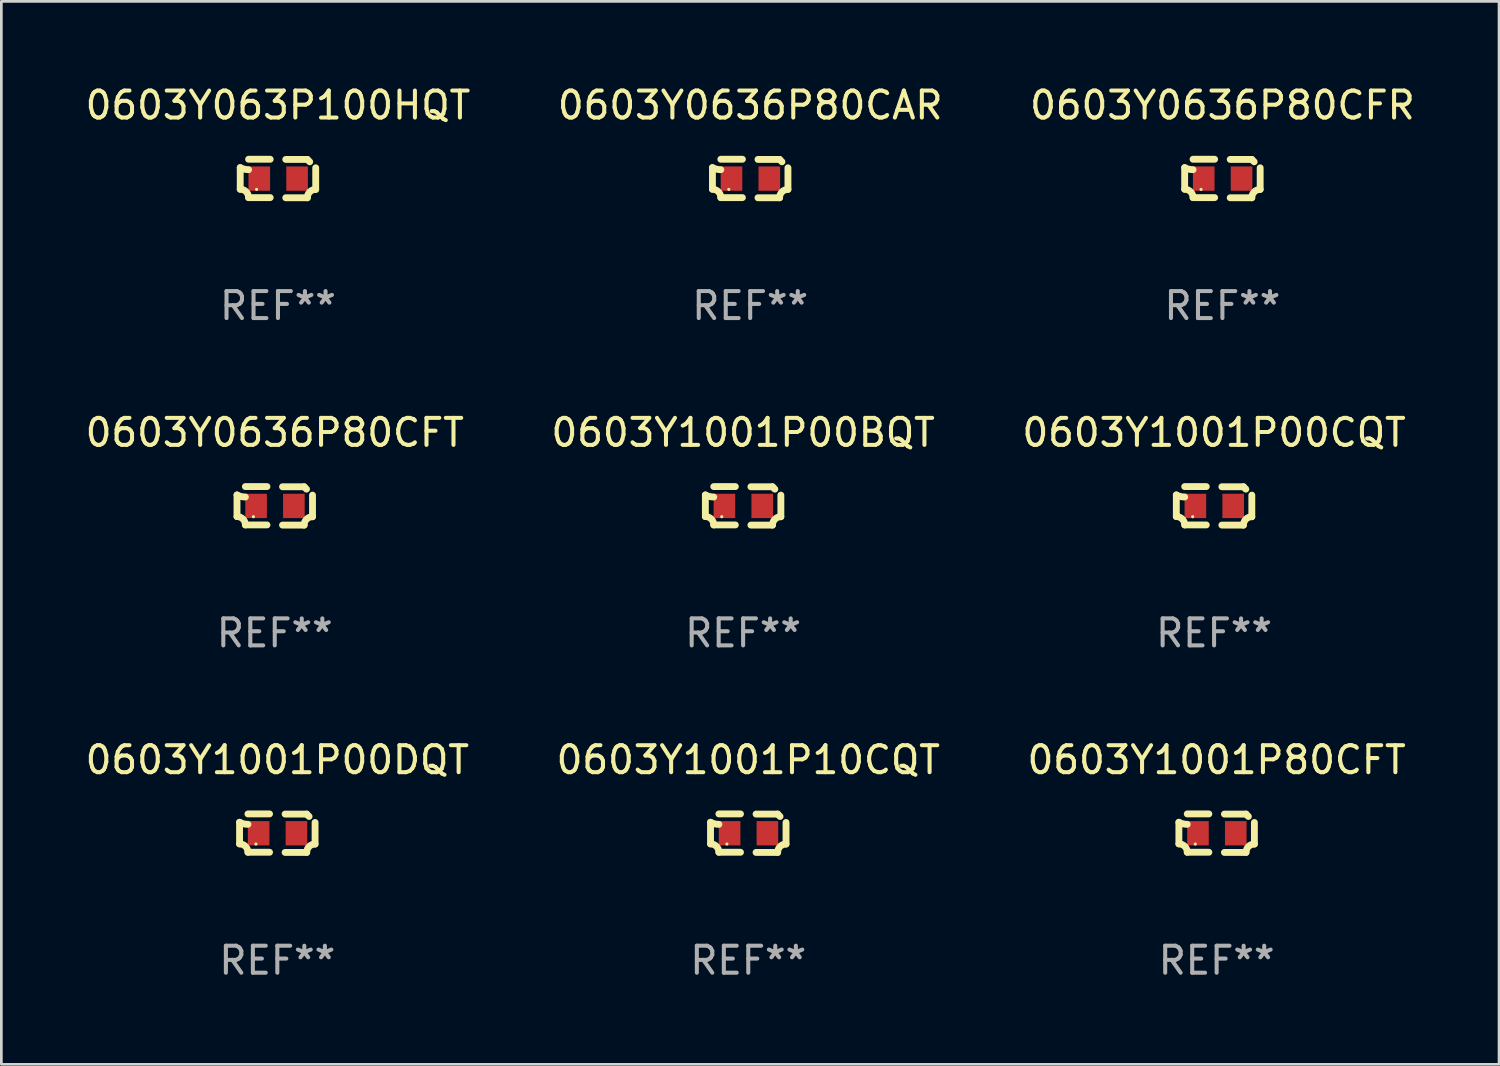
<source format=kicad_pcb>
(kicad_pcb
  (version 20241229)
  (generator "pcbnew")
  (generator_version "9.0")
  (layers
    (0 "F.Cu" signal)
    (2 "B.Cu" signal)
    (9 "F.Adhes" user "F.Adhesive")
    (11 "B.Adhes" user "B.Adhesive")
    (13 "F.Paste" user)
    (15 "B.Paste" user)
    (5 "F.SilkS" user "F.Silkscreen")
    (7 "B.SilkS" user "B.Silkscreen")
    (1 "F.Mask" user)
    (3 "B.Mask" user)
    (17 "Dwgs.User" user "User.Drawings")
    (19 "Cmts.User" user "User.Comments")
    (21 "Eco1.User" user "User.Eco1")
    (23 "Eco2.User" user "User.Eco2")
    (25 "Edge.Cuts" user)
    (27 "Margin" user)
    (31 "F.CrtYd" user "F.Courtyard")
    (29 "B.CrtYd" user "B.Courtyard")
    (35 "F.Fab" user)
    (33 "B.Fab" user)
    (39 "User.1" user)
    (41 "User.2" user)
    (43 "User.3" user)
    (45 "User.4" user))
  (footprint "0603Y0636P80CFT"
    (layer "F.Cu")
    (at 7.125 15.683)
    (property "Reference" "0603Y0636P80CFT" (at 0 -2.713 0) (layer "F.SilkS") (effects (font (size 1 1) (thickness 0.15))))
    (attr through_hole)
    (fp_line (start -1.398 -0.403) (end -1.398 0.397) (stroke (width 0.254) (type solid)) (layer "F.SilkS"))
    (fp_line (start -0.288 -0.713) (end -1.088 -0.713) (stroke (width 0.254) (type solid)) (layer "F.SilkS"))
    (fp_line (start -0.288 0.707) (end -1.088 0.707) (stroke (width 0.254) (type solid)) (layer "F.SilkS"))
    (fp_line (start 0.288 -0.707) (end 1.088 -0.707) (stroke (width 0.254) (type solid)) (layer "F.SilkS"))
    (fp_line (start 0.288 0.713) (end 1.088 0.713) (stroke (width 0.254) (type solid)) (layer "F.SilkS"))
    (fp_line (start 1.398 -0.397) (end 1.398 0.403) (stroke (width 0.254) (type solid)) (layer "F.SilkS"))
    (fp_arc (start -1.397789 0.397066) (mid -1.178701 0.487826) (end -1.08796 0.706922) (stroke (width 0.254001) (type solid)) (layer "F.SilkS"))
    (fp_arc (start -1.08796 -0.327176) (mid -1.247436 -0.346384) (end -1.39779 -0.402908) (stroke (width 0.254001) (type solid)) (layer "F.SilkS"))
    (fp_arc (start 1.087909 0.712738) (mid 1.178656 0.493655) (end 1.397739 0.402908) (stroke (width 0.254001) (type solid)) (layer "F.SilkS"))
    (fp_arc (start 1.175925 -0.618926) (mid 1.131917 -0.662923) (end 1.08791 -0.706922) (stroke (width 0.254001) (type solid)) (layer "F.SilkS"))
    (fp_circle (center -0.792 0.403) (end -0.762 0.403) (stroke (width 0.06) (type solid)) (fill no) (layer "F.SilkS"))
    (fp_text user "REF**" (at 0 4.713 0) (layer "F.Fab") (effects (font (size 1 1) (thickness 0.15))))
    (pad "1" smd rect (at -0.692 0.003) (size 0.8 0.9) (layers "F.Cu" "F.Mask" "F.Paste"))
    (pad "2" smd rect (at 0.708 0.003) (size 0.8 0.9) (layers "F.Cu" "F.Mask" "F.Paste")))
  (footprint "0603Y063P100HQT"
    (layer "F.Cu")
    (at 7.244 3.561)
    (property "Reference" "0603Y063P100HQT" (at 0 -2.713 0) (layer "F.SilkS") (effects (font (size 1 1) (thickness 0.15))))
    (attr through_hole)
    (fp_line (start -1.398 -0.403) (end -1.398 0.397) (stroke (width 0.254) (type solid)) (layer "F.SilkS"))
    (fp_line (start -0.288 -0.713) (end -1.088 -0.713) (stroke (width 0.254) (type solid)) (layer "F.SilkS"))
    (fp_line (start -0.288 0.707) (end -1.088 0.707) (stroke (width 0.254) (type solid)) (layer "F.SilkS"))
    (fp_line (start 0.288 -0.707) (end 1.088 -0.707) (stroke (width 0.254) (type solid)) (layer "F.SilkS"))
    (fp_line (start 0.288 0.713) (end 1.088 0.713) (stroke (width 0.254) (type solid)) (layer "F.SilkS"))
    (fp_line (start 1.398 -0.397) (end 1.398 0.403) (stroke (width 0.254) (type solid)) (layer "F.SilkS"))
    (fp_arc (start -1.397789 0.397066) (mid -1.178701 0.487826) (end -1.08796 0.706922) (stroke (width 0.254001) (type solid)) (layer "F.SilkS"))
    (fp_arc (start -1.08796 -0.327176) (mid -1.247436 -0.346384) (end -1.39779 -0.402908) (stroke (width 0.254001) (type solid)) (layer "F.SilkS"))
    (fp_arc (start 1.087909 0.712738) (mid 1.178656 0.493655) (end 1.397739 0.402908) (stroke (width 0.254001) (type solid)) (layer "F.SilkS"))
    (fp_arc (start 1.175925 -0.618926) (mid 1.131917 -0.662923) (end 1.08791 -0.706922) (stroke (width 0.254001) (type solid)) (layer "F.SilkS"))
    (fp_circle (center -0.792 0.403) (end -0.762 0.403) (stroke (width 0.06) (type solid)) (fill no) (layer "F.SilkS"))
    (fp_text user "REF**" (at 0 4.713 0) (layer "F.Fab") (effects (font (size 1 1) (thickness 0.15))))
    (pad "1" smd rect (at -0.692 0.003) (size 0.8 0.9) (layers "F.Cu" "F.Mask" "F.Paste"))
    (pad "2" smd rect (at 0.708 0.003) (size 0.8 0.9) (layers "F.Cu" "F.Mask" "F.Paste")))
  (footprint "0603Y0636P80CFR"
    (layer "F.Cu")
    (at 42.22 3.561)
    (property "Reference" "0603Y0636P80CFR" (at 0 -2.713 0) (layer "F.SilkS") (effects (font (size 1 1) (thickness 0.15))))
    (attr through_hole)
    (fp_line (start -1.398 -0.403) (end -1.398 0.397) (stroke (width 0.254) (type solid)) (layer "F.SilkS"))
    (fp_line (start -0.288 -0.713) (end -1.088 -0.713) (stroke (width 0.254) (type solid)) (layer "F.SilkS"))
    (fp_line (start -0.288 0.707) (end -1.088 0.707) (stroke (width 0.254) (type solid)) (layer "F.SilkS"))
    (fp_line (start 0.288 -0.707) (end 1.088 -0.707) (stroke (width 0.254) (type solid)) (layer "F.SilkS"))
    (fp_line (start 0.288 0.713) (end 1.088 0.713) (stroke (width 0.254) (type solid)) (layer "F.SilkS"))
    (fp_line (start 1.398 -0.397) (end 1.398 0.403) (stroke (width 0.254) (type solid)) (layer "F.SilkS"))
    (fp_arc (start -1.397789 0.397066) (mid -1.178701 0.487826) (end -1.08796 0.706922) (stroke (width 0.254001) (type solid)) (layer "F.SilkS"))
    (fp_arc (start -1.08796 -0.327176) (mid -1.247436 -0.346384) (end -1.39779 -0.402908) (stroke (width 0.254001) (type solid)) (layer "F.SilkS"))
    (fp_arc (start 1.087909 0.712738) (mid 1.178656 0.493655) (end 1.397739 0.402908) (stroke (width 0.254001) (type solid)) (layer "F.SilkS"))
    (fp_arc (start 1.175925 -0.618926) (mid 1.131917 -0.662923) (end 1.08791 -0.706922) (stroke (width 0.254001) (type solid)) (layer "F.SilkS"))
    (fp_circle (center -0.792 0.403) (end -0.762 0.403) (stroke (width 0.06) (type solid)) (fill no) (layer "F.SilkS"))
    (fp_text user "REF**" (at 0 4.713 0) (layer "F.Fab") (effects (font (size 1 1) (thickness 0.15))))
    (pad "1" smd rect (at -0.692 0.003) (size 0.8 0.9) (layers "F.Cu" "F.Mask" "F.Paste"))
    (pad "2" smd rect (at 0.708 0.003) (size 0.8 0.9) (layers "F.Cu" "F.Mask" "F.Paste")))
  (footprint "0603Y1001P00CQT"
    (layer "F.Cu")
    (at 41.911 15.683)
    (property "Reference" "0603Y1001P00CQT" (at 0 -2.713 0) (layer "F.SilkS") (effects (font (size 1 1) (thickness 0.15))))
    (attr through_hole)
    (fp_line (start -1.398 -0.403) (end -1.398 0.397) (stroke (width 0.254) (type solid)) (layer "F.SilkS"))
    (fp_line (start -0.288 -0.713) (end -1.088 -0.713) (stroke (width 0.254) (type solid)) (layer "F.SilkS"))
    (fp_line (start -0.288 0.707) (end -1.088 0.707) (stroke (width 0.254) (type solid)) (layer "F.SilkS"))
    (fp_line (start 0.288 -0.707) (end 1.088 -0.707) (stroke (width 0.254) (type solid)) (layer "F.SilkS"))
    (fp_line (start 0.288 0.713) (end 1.088 0.713) (stroke (width 0.254) (type solid)) (layer "F.SilkS"))
    (fp_line (start 1.398 -0.397) (end 1.398 0.403) (stroke (width 0.254) (type solid)) (layer "F.SilkS"))
    (fp_arc (start -1.397789 0.397066) (mid -1.178701 0.487826) (end -1.08796 0.706922) (stroke (width 0.254001) (type solid)) (layer "F.SilkS"))
    (fp_arc (start -1.08796 -0.327176) (mid -1.247436 -0.346384) (end -1.39779 -0.402908) (stroke (width 0.254001) (type solid)) (layer "F.SilkS"))
    (fp_arc (start 1.087909 0.712738) (mid 1.178656 0.493655) (end 1.397739 0.402908) (stroke (width 0.254001) (type solid)) (layer "F.SilkS"))
    (fp_arc (start 1.175925 -0.618926) (mid 1.131917 -0.662923) (end 1.08791 -0.706922) (stroke (width 0.254001) (type solid)) (layer "F.SilkS"))
    (fp_circle (center -0.792 0.403) (end -0.762 0.403) (stroke (width 0.06) (type solid)) (fill no) (layer "F.SilkS"))
    (fp_text user "REF**" (at 0 4.713 0) (layer "F.Fab") (effects (font (size 1 1) (thickness 0.15))))
    (pad "1" smd rect (at -0.692 0.003) (size 0.8 0.9) (layers "F.Cu" "F.Mask" "F.Paste"))
    (pad "2" smd rect (at 0.708 0.003) (size 0.8 0.9) (layers "F.Cu" "F.Mask" "F.Paste")))
  (footprint "0603Y0636P80CAR"
    (layer "F.Cu")
    (at 24.732 3.561)
    (property "Reference" "0603Y0636P80CAR" (at 0 -2.713 0) (layer "F.SilkS") (effects (font (size 1 1) (thickness 0.15))))
    (attr through_hole)
    (fp_line (start -1.398 -0.403) (end -1.398 0.397) (stroke (width 0.254) (type solid)) (layer "F.SilkS"))
    (fp_line (start -0.288 -0.713) (end -1.088 -0.713) (stroke (width 0.254) (type solid)) (layer "F.SilkS"))
    (fp_line (start -0.288 0.707) (end -1.088 0.707) (stroke (width 0.254) (type solid)) (layer "F.SilkS"))
    (fp_line (start 0.288 -0.707) (end 1.088 -0.707) (stroke (width 0.254) (type solid)) (layer "F.SilkS"))
    (fp_line (start 0.288 0.713) (end 1.088 0.713) (stroke (width 0.254) (type solid)) (layer "F.SilkS"))
    (fp_line (start 1.398 -0.397) (end 1.398 0.403) (stroke (width 0.254) (type solid)) (layer "F.SilkS"))
    (fp_arc (start -1.397789 0.397066) (mid -1.178701 0.487826) (end -1.08796 0.706922) (stroke (width 0.254001) (type solid)) (layer "F.SilkS"))
    (fp_arc (start -1.08796 -0.327176) (mid -1.247436 -0.346384) (end -1.39779 -0.402908) (stroke (width 0.254001) (type solid)) (layer "F.SilkS"))
    (fp_arc (start 1.087909 0.712738) (mid 1.178656 0.493655) (end 1.397739 0.402908) (stroke (width 0.254001) (type solid)) (layer "F.SilkS"))
    (fp_arc (start 1.175925 -0.618926) (mid 1.131917 -0.662923) (end 1.08791 -0.706922) (stroke (width 0.254001) (type solid)) (layer "F.SilkS"))
    (fp_circle (center -0.792 0.403) (end -0.762 0.403) (stroke (width 0.06) (type solid)) (fill no) (layer "F.SilkS"))
    (fp_text user "REF**" (at 0 4.713 0) (layer "F.Fab") (effects (font (size 1 1) (thickness 0.15))))
    (pad "1" smd rect (at -0.692 0.003) (size 0.8 0.9) (layers "F.Cu" "F.Mask" "F.Paste"))
    (pad "2" smd rect (at 0.708 0.003) (size 0.8 0.9) (layers "F.Cu" "F.Mask" "F.Paste")))
  (footprint "0603Y1001P00BQT"
    (layer "F.Cu")
    (at 24.47 15.683)
    (property "Reference" "0603Y1001P00BQT" (at 0 -2.713 0) (layer "F.SilkS") (effects (font (size 1 1) (thickness 0.15))))
    (attr through_hole)
    (fp_line (start -1.398 -0.403) (end -1.398 0.397) (stroke (width 0.254) (type solid)) (layer "F.SilkS"))
    (fp_line (start -0.288 -0.713) (end -1.088 -0.713) (stroke (width 0.254) (type solid)) (layer "F.SilkS"))
    (fp_line (start -0.288 0.707) (end -1.088 0.707) (stroke (width 0.254) (type solid)) (layer "F.SilkS"))
    (fp_line (start 0.288 -0.707) (end 1.088 -0.707) (stroke (width 0.254) (type solid)) (layer "F.SilkS"))
    (fp_line (start 0.288 0.713) (end 1.088 0.713) (stroke (width 0.254) (type solid)) (layer "F.SilkS"))
    (fp_line (start 1.398 -0.397) (end 1.398 0.403) (stroke (width 0.254) (type solid)) (layer "F.SilkS"))
    (fp_arc (start -1.397789 0.397066) (mid -1.178701 0.487826) (end -1.08796 0.706922) (stroke (width 0.254001) (type solid)) (layer "F.SilkS"))
    (fp_arc (start -1.08796 -0.327176) (mid -1.247436 -0.346384) (end -1.39779 -0.402908) (stroke (width 0.254001) (type solid)) (layer "F.SilkS"))
    (fp_arc (start 1.087909 0.712738) (mid 1.178656 0.493655) (end 1.397739 0.402908) (stroke (width 0.254001) (type solid)) (layer "F.SilkS"))
    (fp_arc (start 1.175925 -0.618926) (mid 1.131917 -0.662923) (end 1.08791 -0.706922) (stroke (width 0.254001) (type solid)) (layer "F.SilkS"))
    (fp_circle (center -0.792 0.403) (end -0.762 0.403) (stroke (width 0.06) (type solid)) (fill no) (layer "F.SilkS"))
    (fp_text user "REF**" (at 0 4.713 0) (layer "F.Fab") (effects (font (size 1 1) (thickness 0.15))))
    (pad "1" smd rect (at -0.692 0.003) (size 0.8 0.9) (layers "F.Cu" "F.Mask" "F.Paste"))
    (pad "2" smd rect (at 0.708 0.003) (size 0.8 0.9) (layers "F.Cu" "F.Mask" "F.Paste")))
  (footprint "0603Y1001P80CFT"
    (layer "F.Cu")
    (at 42.006 27.805)
    (property "Reference" "0603Y1001P80CFT" (at 0 -2.713 0) (layer "F.SilkS") (effects (font (size 1 1) (thickness 0.15))))
    (attr through_hole)
    (fp_line (start -1.398 -0.403) (end -1.398 0.397) (stroke (width 0.254) (type solid)) (layer "F.SilkS"))
    (fp_line (start -0.288 -0.713) (end -1.088 -0.713) (stroke (width 0.254) (type solid)) (layer "F.SilkS"))
    (fp_line (start -0.288 0.707) (end -1.088 0.707) (stroke (width 0.254) (type solid)) (layer "F.SilkS"))
    (fp_line (start 0.288 -0.707) (end 1.088 -0.707) (stroke (width 0.254) (type solid)) (layer "F.SilkS"))
    (fp_line (start 0.288 0.713) (end 1.088 0.713) (stroke (width 0.254) (type solid)) (layer "F.SilkS"))
    (fp_line (start 1.398 -0.397) (end 1.398 0.403) (stroke (width 0.254) (type solid)) (layer "F.SilkS"))
    (fp_arc (start -1.397789 0.397066) (mid -1.178701 0.487826) (end -1.08796 0.706922) (stroke (width 0.254001) (type solid)) (layer "F.SilkS"))
    (fp_arc (start -1.08796 -0.327176) (mid -1.247436 -0.346384) (end -1.39779 -0.402908) (stroke (width 0.254001) (type solid)) (layer "F.SilkS"))
    (fp_arc (start 1.087909 0.712738) (mid 1.178656 0.493655) (end 1.397739 0.402908) (stroke (width 0.254001) (type solid)) (layer "F.SilkS"))
    (fp_arc (start 1.175925 -0.618926) (mid 1.131917 -0.662923) (end 1.08791 -0.706922) (stroke (width 0.254001) (type solid)) (layer "F.SilkS"))
    (fp_circle (center -0.792 0.403) (end -0.762 0.403) (stroke (width 0.06) (type solid)) (fill no) (layer "F.SilkS"))
    (fp_text user "REF**" (at 0 4.713 0) (layer "F.Fab") (effects (font (size 1 1) (thickness 0.15))))
    (pad "1" smd rect (at -0.692 0.003) (size 0.8 0.9) (layers "F.Cu" "F.Mask" "F.Paste"))
    (pad "2" smd rect (at 0.708 0.003) (size 0.8 0.9) (layers "F.Cu" "F.Mask" "F.Paste")))
  (footprint "0603Y1001P00DQT"
    (layer "F.Cu")
    (at 7.22 27.805)
    (property "Reference" "0603Y1001P00DQT" (at 0 -2.713 0) (layer "F.SilkS") (effects (font (size 1 1) (thickness 0.15))))
    (attr through_hole)
    (fp_line (start -1.398 -0.403) (end -1.398 0.397) (stroke (width 0.254) (type solid)) (layer "F.SilkS"))
    (fp_line (start -0.288 -0.713) (end -1.088 -0.713) (stroke (width 0.254) (type solid)) (layer "F.SilkS"))
    (fp_line (start -0.288 0.707) (end -1.088 0.707) (stroke (width 0.254) (type solid)) (layer "F.SilkS"))
    (fp_line (start 0.288 -0.707) (end 1.088 -0.707) (stroke (width 0.254) (type solid)) (layer "F.SilkS"))
    (fp_line (start 0.288 0.713) (end 1.088 0.713) (stroke (width 0.254) (type solid)) (layer "F.SilkS"))
    (fp_line (start 1.398 -0.397) (end 1.398 0.403) (stroke (width 0.254) (type solid)) (layer "F.SilkS"))
    (fp_arc (start -1.397789 0.397066) (mid -1.178701 0.487826) (end -1.08796 0.706922) (stroke (width 0.254001) (type solid)) (layer "F.SilkS"))
    (fp_arc (start -1.08796 -0.327176) (mid -1.247436 -0.346384) (end -1.39779 -0.402908) (stroke (width 0.254001) (type solid)) (layer "F.SilkS"))
    (fp_arc (start 1.087909 0.712738) (mid 1.178656 0.493655) (end 1.397739 0.402908) (stroke (width 0.254001) (type solid)) (layer "F.SilkS"))
    (fp_arc (start 1.175925 -0.618926) (mid 1.131917 -0.662923) (end 1.08791 -0.706922) (stroke (width 0.254001) (type solid)) (layer "F.SilkS"))
    (fp_circle (center -0.792 0.403) (end -0.762 0.403) (stroke (width 0.06) (type solid)) (fill no) (layer "F.SilkS"))
    (fp_text user "REF**" (at 0 4.713 0) (layer "F.Fab") (effects (font (size 1 1) (thickness 0.15))))
    (pad "1" smd rect (at -0.692 0.003) (size 0.8 0.9) (layers "F.Cu" "F.Mask" "F.Paste"))
    (pad "2" smd rect (at 0.708 0.003) (size 0.8 0.9) (layers "F.Cu" "F.Mask" "F.Paste")))
  (footprint "0603Y1001P10CQT"
    (layer "F.Cu")
    (at 24.661 27.805)
    (property "Reference" "0603Y1001P10CQT" (at 0 -2.713 0) (layer "F.SilkS") (effects (font (size 1 1) (thickness 0.15))))
    (attr through_hole)
    (fp_line (start -1.398 -0.403) (end -1.398 0.397) (stroke (width 0.254) (type solid)) (layer "F.SilkS"))
    (fp_line (start -0.288 -0.713) (end -1.088 -0.713) (stroke (width 0.254) (type solid)) (layer "F.SilkS"))
    (fp_line (start -0.288 0.707) (end -1.088 0.707) (stroke (width 0.254) (type solid)) (layer "F.SilkS"))
    (fp_line (start 0.288 -0.707) (end 1.088 -0.707) (stroke (width 0.254) (type solid)) (layer "F.SilkS"))
    (fp_line (start 0.288 0.713) (end 1.088 0.713) (stroke (width 0.254) (type solid)) (layer "F.SilkS"))
    (fp_line (start 1.398 -0.397) (end 1.398 0.403) (stroke (width 0.254) (type solid)) (layer "F.SilkS"))
    (fp_arc (start -1.397789 0.397066) (mid -1.178701 0.487826) (end -1.08796 0.706922) (stroke (width 0.254001) (type solid)) (layer "F.SilkS"))
    (fp_arc (start -1.08796 -0.327176) (mid -1.247436 -0.346384) (end -1.39779 -0.402908) (stroke (width 0.254001) (type solid)) (layer "F.SilkS"))
    (fp_arc (start 1.087909 0.712738) (mid 1.178656 0.493655) (end 1.397739 0.402908) (stroke (width 0.254001) (type solid)) (layer "F.SilkS"))
    (fp_arc (start 1.175925 -0.618926) (mid 1.131917 -0.662923) (end 1.08791 -0.706922) (stroke (width 0.254001) (type solid)) (layer "F.SilkS"))
    (fp_circle (center -0.792 0.403) (end -0.762 0.403) (stroke (width 0.06) (type solid)) (fill no) (layer "F.SilkS"))
    (fp_text user "REF**" (at 0 4.713 0) (layer "F.Fab") (effects (font (size 1 1) (thickness 0.15))))
    (pad "1" smd rect (at -0.692 0.003) (size 0.8 0.9) (layers "F.Cu" "F.Mask" "F.Paste"))
    (pad "2" smd rect (at 0.708 0.003) (size 0.8 0.9) (layers "F.Cu" "F.Mask" "F.Paste")))
  (gr_rect
    (start -3 -3)
    (end 52.464 36.366)
    (stroke (width 0.1) (type default))
    (fill no)
    (layer "Edge.Cuts")))
</source>
